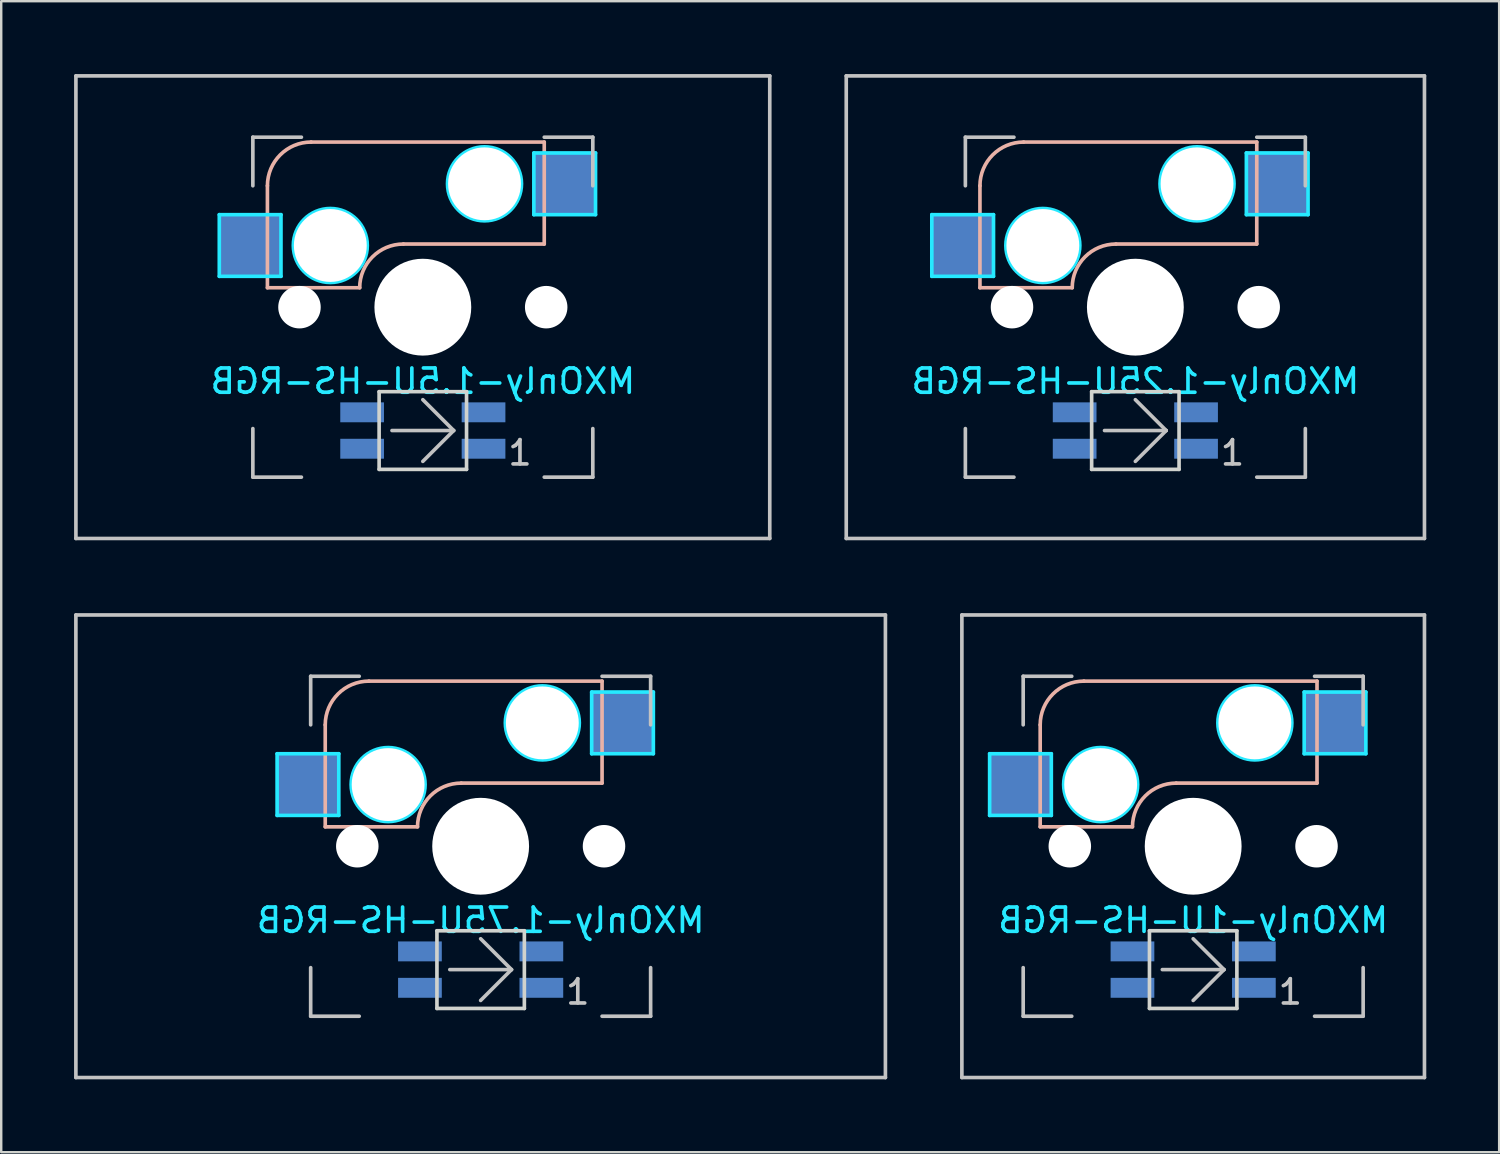
<source format=kicad_pcb>
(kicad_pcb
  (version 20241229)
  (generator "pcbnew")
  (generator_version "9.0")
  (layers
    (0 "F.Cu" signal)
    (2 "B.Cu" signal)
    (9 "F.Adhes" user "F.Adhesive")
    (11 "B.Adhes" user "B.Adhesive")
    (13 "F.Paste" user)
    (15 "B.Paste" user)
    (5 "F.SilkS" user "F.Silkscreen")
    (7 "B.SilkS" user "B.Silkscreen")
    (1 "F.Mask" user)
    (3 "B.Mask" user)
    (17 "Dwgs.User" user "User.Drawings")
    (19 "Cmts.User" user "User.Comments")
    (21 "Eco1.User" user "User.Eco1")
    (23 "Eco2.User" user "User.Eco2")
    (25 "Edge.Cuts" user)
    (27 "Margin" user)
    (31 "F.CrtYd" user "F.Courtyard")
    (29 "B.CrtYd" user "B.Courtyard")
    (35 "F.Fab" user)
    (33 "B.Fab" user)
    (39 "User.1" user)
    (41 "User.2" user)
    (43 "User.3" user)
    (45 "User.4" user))
  (footprint "MXOnly-1.5U-HS-RGB"
    (layer "F.Cu")
    (at 14.363 9.6)
    (property "Reference" "MXOnly-1.5U-HS-RGB" (at 0 3.048 0) (layer "B.CrtYd") (effects (font (size 1 1) (thickness 0.15)) (justify mirror)))
    (attr smd)
    (fp_line (start -6.4 -5) (end -6.4 -0.8) (stroke (width 0.15) (type solid)) (layer "B.SilkS"))
    (fp_line (start -6.4 -0.8) (end -2.6 -0.8) (stroke (width 0.15) (type solid)) (layer "B.SilkS"))
    (fp_line (start -0.8 -2.6) (end 5 -2.6) (stroke (width 0.15) (type solid)) (layer "B.SilkS"))
    (fp_line (start 5 -6.8) (end -4.6 -6.8) (stroke (width 0.15) (type solid)) (layer "B.SilkS"))
    (fp_line (start 5 -2.6) (end 5 -6.8) (stroke (width 0.15) (type solid)) (layer "B.SilkS"))
    (fp_arc (start -6.4 -5) (mid -5.872792 -6.272792) (end -4.6 -6.8) (stroke (width 0.15) (type solid)) (layer "B.SilkS"))
    (fp_arc (start -2.6 -0.8) (mid -2.072792 -2.072792) (end -0.8 -2.6) (stroke (width 0.15) (type solid)) (layer "B.SilkS"))
    (fp_line (start -14.287 -9.525) (end 14.287 -9.525) (stroke (width 0.15) (type solid)) (layer "Dwgs.User"))
    (fp_line (start -14.287 9.525) (end -14.287 -9.525) (stroke (width 0.15) (type solid)) (layer "Dwgs.User"))
    (fp_line (start -7 -7) (end -7 -5) (stroke (width 0.15) (type solid)) (layer "Dwgs.User"))
    (fp_line (start -7 5) (end -7 7) (stroke (width 0.15) (type solid)) (layer "Dwgs.User"))
    (fp_line (start -7 7) (end -5 7) (stroke (width 0.15) (type solid)) (layer "Dwgs.User"))
    (fp_line (start -5 -7) (end -7 -7) (stroke (width 0.15) (type solid)) (layer "Dwgs.User"))
    (fp_line (start -1.27 5.08) (end 1.27 5.08) (stroke (width 0.15) (type solid)) (layer "Dwgs.User"))
    (fp_line (start 1.27 5.08) (end 0 3.81) (stroke (width 0.15) (type solid)) (layer "Dwgs.User"))
    (fp_line (start 1.27 5.08) (end 0 6.35) (stroke (width 0.15) (type solid)) (layer "Dwgs.User"))
    (fp_line (start 5 -7) (end 7 -7) (stroke (width 0.15) (type solid)) (layer "Dwgs.User"))
    (fp_line (start 5 7) (end 7 7) (stroke (width 0.15) (type solid)) (layer "Dwgs.User"))
    (fp_line (start 7 -7) (end 7 -5) (stroke (width 0.15) (type solid)) (layer "Dwgs.User"))
    (fp_line (start 7 7) (end 7 5) (stroke (width 0.15) (type solid)) (layer "Dwgs.User"))
    (fp_line (start 14.287 -9.525) (end 14.287 9.525) (stroke (width 0.15) (type solid)) (layer "Dwgs.User"))
    (fp_line (start 14.287 9.525) (end -14.287 9.525) (stroke (width 0.15) (type solid)) (layer "Dwgs.User"))
    (fp_line (start -1.8 3.48) (end -1.8 6.68) (stroke (width 0.15) (type solid)) (layer "Edge.Cuts"))
    (fp_line (start -1.8 3.48) (end 1.8 3.48) (stroke (width 0.15) (type solid)) (layer "Edge.Cuts"))
    (fp_line (start 1.8 3.48) (end 1.8 6.68) (stroke (width 0.15) (type solid)) (layer "Edge.Cuts"))
    (fp_line (start 1.8 6.68) (end -1.8 6.68) (stroke (width 0.15) (type solid)) (layer "Edge.Cuts"))
    (fp_line (start -8.382 -3.81) (end -5.842 -3.81) (stroke (width 0.15) (type solid)) (layer "B.CrtYd"))
    (fp_line (start -8.382 -1.27) (end -8.382 -3.81) (stroke (width 0.15) (type solid)) (layer "B.CrtYd"))
    (fp_line (start -5.842 -3.81) (end -5.842 -1.27) (stroke (width 0.15) (type solid)) (layer "B.CrtYd"))
    (fp_line (start -5.842 -1.27) (end -8.382 -1.27) (stroke (width 0.15) (type solid)) (layer "B.CrtYd"))
    (fp_line (start 4.572 -6.35) (end 7.112 -6.35) (stroke (width 0.15) (type solid)) (layer "B.CrtYd"))
    (fp_line (start 4.572 -3.81) (end 4.572 -6.35) (stroke (width 0.15) (type solid)) (layer "B.CrtYd"))
    (fp_line (start 7.112 -6.35) (end 7.112 -3.81) (stroke (width 0.15) (type solid)) (layer "B.CrtYd"))
    (fp_line (start 7.112 -3.81) (end 4.572 -3.81) (stroke (width 0.15) (type solid)) (layer "B.CrtYd"))
    (fp_circle (center -3.81 -2.54) (end -3.81 -4.064) (stroke (width 0.15) (type solid)) (fill no) (layer "B.CrtYd"))
    (fp_circle (center 2.54 -5.08) (end 2.54 -6.604) (stroke (width 0.15) (type solid)) (fill no) (layer "B.CrtYd"))
    (fp_text user "1" (at 4 6 0) (layer "Dwgs.User") (effects (font (size 1 1) (thickness 0.15))))
    (pad "" np_thru_hole circle (at -5.08 0 48.1) (size 1.75 1.75) (drill 1.75) (layers "*.Cu" "*.Mask"))
    (pad "" np_thru_hole circle (at -3.81 -2.54) (size 3 3) (drill 3) (layers "*.Cu" "*.Mask"))
    (pad "" np_thru_hole circle (at 0 0) (size 3.988 3.988) (drill 3.988) (layers "*.Cu" "*.Mask"))
    (pad "" np_thru_hole circle (at 2.54 -5.08) (size 3 3) (drill 3) (layers "*.Cu" "*.Mask"))
    (pad "" np_thru_hole circle (at 5.08 0 48.1) (size 1.75 1.75) (drill 1.75) (layers "*.Cu" "*.Mask"))
    (pad "1" smd rect (at -7.085 -2.54) (size 2.55 2.5) (layers "B.Cu" "B.Mask" "B.Paste"))
    (pad "2" smd rect (at 5.842 -5.08) (size 2.55 2.5) (layers "B.Cu" "B.Mask" "B.Paste"))
    (pad "3" smd rect (at 2.5 5.83) (size 1.8 0.82) (layers "B.Cu" "B.Mask" "B.Paste"))
    (pad "4" smd rect (at 2.5 4.33) (size 1.8 0.82) (layers "B.Cu" "B.Mask" "B.Paste"))
    (pad "5" smd rect (at -2.5 4.33) (size 1.8 0.82) (layers "B.Cu" "B.Mask" "B.Paste"))
    (pad "6" smd rect (at -2.5 5.83) (size 1.8 0.82) (layers "B.Cu" "B.Mask" "B.Paste")))
  (footprint "MXOnly-1.75U-HS-RGB"
    (layer "F.Cu")
    (at 16.744 31.8)
    (property "Reference" "MXOnly-1.75U-HS-RGB" (at 0 3.048 0) (layer "B.CrtYd") (effects (font (size 1 1) (thickness 0.15)) (justify mirror)))
    (attr smd)
    (fp_line (start -6.4 -5) (end -6.4 -0.8) (stroke (width 0.15) (type solid)) (layer "B.SilkS"))
    (fp_line (start -6.4 -0.8) (end -2.6 -0.8) (stroke (width 0.15) (type solid)) (layer "B.SilkS"))
    (fp_line (start -0.8 -2.6) (end 5 -2.6) (stroke (width 0.15) (type solid)) (layer "B.SilkS"))
    (fp_line (start 5 -6.8) (end -4.6 -6.8) (stroke (width 0.15) (type solid)) (layer "B.SilkS"))
    (fp_line (start 5 -2.6) (end 5 -6.8) (stroke (width 0.15) (type solid)) (layer "B.SilkS"))
    (fp_arc (start -6.4 -5) (mid -5.872792 -6.272792) (end -4.6 -6.8) (stroke (width 0.15) (type solid)) (layer "B.SilkS"))
    (fp_arc (start -2.6 -0.8) (mid -2.072792 -2.072792) (end -0.8 -2.6) (stroke (width 0.15) (type solid)) (layer "B.SilkS"))
    (fp_line (start -16.669 -9.525) (end 16.669 -9.525) (stroke (width 0.15) (type solid)) (layer "Dwgs.User"))
    (fp_line (start -16.669 9.525) (end -16.669 -9.525) (stroke (width 0.15) (type solid)) (layer "Dwgs.User"))
    (fp_line (start -7 -7) (end -7 -5) (stroke (width 0.15) (type solid)) (layer "Dwgs.User"))
    (fp_line (start -7 5) (end -7 7) (stroke (width 0.15) (type solid)) (layer "Dwgs.User"))
    (fp_line (start -7 7) (end -5 7) (stroke (width 0.15) (type solid)) (layer "Dwgs.User"))
    (fp_line (start -5 -7) (end -7 -7) (stroke (width 0.15) (type solid)) (layer "Dwgs.User"))
    (fp_line (start -1.27 5.08) (end 1.27 5.08) (stroke (width 0.15) (type solid)) (layer "Dwgs.User"))
    (fp_line (start 1.27 5.08) (end 0 3.81) (stroke (width 0.15) (type solid)) (layer "Dwgs.User"))
    (fp_line (start 1.27 5.08) (end 0 6.35) (stroke (width 0.15) (type solid)) (layer "Dwgs.User"))
    (fp_line (start 5 -7) (end 7 -7) (stroke (width 0.15) (type solid)) (layer "Dwgs.User"))
    (fp_line (start 5 7) (end 7 7) (stroke (width 0.15) (type solid)) (layer "Dwgs.User"))
    (fp_line (start 7 -7) (end 7 -5) (stroke (width 0.15) (type solid)) (layer "Dwgs.User"))
    (fp_line (start 7 7) (end 7 5) (stroke (width 0.15) (type solid)) (layer "Dwgs.User"))
    (fp_line (start 16.669 -9.525) (end 16.669 9.525) (stroke (width 0.15) (type solid)) (layer "Dwgs.User"))
    (fp_line (start 16.669 9.525) (end -16.669 9.525) (stroke (width 0.15) (type solid)) (layer "Dwgs.User"))
    (fp_line (start -1.8 3.48) (end -1.8 6.68) (stroke (width 0.15) (type solid)) (layer "Edge.Cuts"))
    (fp_line (start -1.8 3.48) (end 1.8 3.48) (stroke (width 0.15) (type solid)) (layer "Edge.Cuts"))
    (fp_line (start 1.8 3.48) (end 1.8 6.68) (stroke (width 0.15) (type solid)) (layer "Edge.Cuts"))
    (fp_line (start 1.8 6.68) (end -1.8 6.68) (stroke (width 0.15) (type solid)) (layer "Edge.Cuts"))
    (fp_line (start -8.382 -3.81) (end -5.842 -3.81) (stroke (width 0.15) (type solid)) (layer "B.CrtYd"))
    (fp_line (start -8.382 -1.27) (end -8.382 -3.81) (stroke (width 0.15) (type solid)) (layer "B.CrtYd"))
    (fp_line (start -5.842 -3.81) (end -5.842 -1.27) (stroke (width 0.15) (type solid)) (layer "B.CrtYd"))
    (fp_line (start -5.842 -1.27) (end -8.382 -1.27) (stroke (width 0.15) (type solid)) (layer "B.CrtYd"))
    (fp_line (start 4.572 -6.35) (end 7.112 -6.35) (stroke (width 0.15) (type solid)) (layer "B.CrtYd"))
    (fp_line (start 4.572 -3.81) (end 4.572 -6.35) (stroke (width 0.15) (type solid)) (layer "B.CrtYd"))
    (fp_line (start 7.112 -6.35) (end 7.112 -3.81) (stroke (width 0.15) (type solid)) (layer "B.CrtYd"))
    (fp_line (start 7.112 -3.81) (end 4.572 -3.81) (stroke (width 0.15) (type solid)) (layer "B.CrtYd"))
    (fp_circle (center -3.81 -2.54) (end -3.81 -4.064) (stroke (width 0.15) (type solid)) (fill no) (layer "B.CrtYd"))
    (fp_circle (center 2.54 -5.08) (end 2.54 -6.604) (stroke (width 0.15) (type solid)) (fill no) (layer "B.CrtYd"))
    (fp_text user "1" (at 4 6 0) (layer "Dwgs.User") (effects (font (size 1 1) (thickness 0.15))))
    (pad "" np_thru_hole circle (at -5.08 0 48.1) (size 1.75 1.75) (drill 1.75) (layers "*.Cu" "*.Mask"))
    (pad "" np_thru_hole circle (at -3.81 -2.54) (size 3 3) (drill 3) (layers "*.Cu" "*.Mask"))
    (pad "" np_thru_hole circle (at 0 0) (size 3.988 3.988) (drill 3.988) (layers "*.Cu" "*.Mask"))
    (pad "" np_thru_hole circle (at 2.54 -5.08) (size 3 3) (drill 3) (layers "*.Cu" "*.Mask"))
    (pad "" np_thru_hole circle (at 5.08 0 48.1) (size 1.75 1.75) (drill 1.75) (layers "*.Cu" "*.Mask"))
    (pad "1" smd rect (at -7.085 -2.54) (size 2.55 2.5) (layers "B.Cu" "B.Mask" "B.Paste"))
    (pad "2" smd rect (at 5.842 -5.08) (size 2.55 2.5) (layers "B.Cu" "B.Mask" "B.Paste"))
    (pad "3" smd rect (at 2.5 5.83) (size 1.8 0.82) (layers "B.Cu" "B.Mask" "B.Paste"))
    (pad "4" smd rect (at 2.5 4.33) (size 1.8 0.82) (layers "B.Cu" "B.Mask" "B.Paste"))
    (pad "5" smd rect (at -2.5 4.33) (size 1.8 0.82) (layers "B.Cu" "B.Mask" "B.Paste"))
    (pad "6" smd rect (at -2.5 5.83) (size 1.8 0.82) (layers "B.Cu" "B.Mask" "B.Paste")))
  (footprint "MXOnly-1.25U-HS-RGB"
    (layer "F.Cu")
    (at 43.706 9.6)
    (property "Reference" "MXOnly-1.25U-HS-RGB" (at 0 3.048 0) (layer "B.CrtYd") (effects (font (size 1 1) (thickness 0.15)) (justify mirror)))
    (attr smd)
    (fp_line (start -6.4 -5) (end -6.4 -0.8) (stroke (width 0.15) (type solid)) (layer "B.SilkS"))
    (fp_line (start -6.4 -0.8) (end -2.6 -0.8) (stroke (width 0.15) (type solid)) (layer "B.SilkS"))
    (fp_line (start -0.8 -2.6) (end 5 -2.6) (stroke (width 0.15) (type solid)) (layer "B.SilkS"))
    (fp_line (start 5 -6.8) (end -4.6 -6.8) (stroke (width 0.15) (type solid)) (layer "B.SilkS"))
    (fp_line (start 5 -2.6) (end 5 -6.8) (stroke (width 0.15) (type solid)) (layer "B.SilkS"))
    (fp_arc (start -6.4 -5) (mid -5.872792 -6.272792) (end -4.6 -6.8) (stroke (width 0.15) (type solid)) (layer "B.SilkS"))
    (fp_arc (start -2.6 -0.8) (mid -2.072792 -2.072792) (end -0.8 -2.6) (stroke (width 0.15) (type solid)) (layer "B.SilkS"))
    (fp_line (start -11.906 -9.525) (end 11.906 -9.525) (stroke (width 0.15) (type solid)) (layer "Dwgs.User"))
    (fp_line (start -11.906 9.525) (end -11.906 -9.525) (stroke (width 0.15) (type solid)) (layer "Dwgs.User"))
    (fp_line (start -7 -7) (end -7 -5) (stroke (width 0.15) (type solid)) (layer "Dwgs.User"))
    (fp_line (start -7 5) (end -7 7) (stroke (width 0.15) (type solid)) (layer "Dwgs.User"))
    (fp_line (start -7 7) (end -5 7) (stroke (width 0.15) (type solid)) (layer "Dwgs.User"))
    (fp_line (start -5 -7) (end -7 -7) (stroke (width 0.15) (type solid)) (layer "Dwgs.User"))
    (fp_line (start -1.27 5.08) (end 1.27 5.08) (stroke (width 0.15) (type solid)) (layer "Dwgs.User"))
    (fp_line (start 1.27 5.08) (end 0 3.81) (stroke (width 0.15) (type solid)) (layer "Dwgs.User"))
    (fp_line (start 1.27 5.08) (end 0 6.35) (stroke (width 0.15) (type solid)) (layer "Dwgs.User"))
    (fp_line (start 5 -7) (end 7 -7) (stroke (width 0.15) (type solid)) (layer "Dwgs.User"))
    (fp_line (start 5 7) (end 7 7) (stroke (width 0.15) (type solid)) (layer "Dwgs.User"))
    (fp_line (start 7 -7) (end 7 -5) (stroke (width 0.15) (type solid)) (layer "Dwgs.User"))
    (fp_line (start 7 7) (end 7 5) (stroke (width 0.15) (type solid)) (layer "Dwgs.User"))
    (fp_line (start 11.906 -9.525) (end 11.906 9.525) (stroke (width 0.15) (type solid)) (layer "Dwgs.User"))
    (fp_line (start 11.906 9.525) (end -11.906 9.525) (stroke (width 0.15) (type solid)) (layer "Dwgs.User"))
    (fp_line (start -1.8 3.48) (end -1.8 6.68) (stroke (width 0.15) (type solid)) (layer "Edge.Cuts"))
    (fp_line (start -1.8 3.48) (end 1.8 3.48) (stroke (width 0.15) (type solid)) (layer "Edge.Cuts"))
    (fp_line (start 1.8 3.48) (end 1.8 6.68) (stroke (width 0.15) (type solid)) (layer "Edge.Cuts"))
    (fp_line (start 1.8 6.68) (end -1.8 6.68) (stroke (width 0.15) (type solid)) (layer "Edge.Cuts"))
    (fp_line (start -8.382 -3.81) (end -5.842 -3.81) (stroke (width 0.15) (type solid)) (layer "B.CrtYd"))
    (fp_line (start -8.382 -1.27) (end -8.382 -3.81) (stroke (width 0.15) (type solid)) (layer "B.CrtYd"))
    (fp_line (start -5.842 -3.81) (end -5.842 -1.27) (stroke (width 0.15) (type solid)) (layer "B.CrtYd"))
    (fp_line (start -5.842 -1.27) (end -8.382 -1.27) (stroke (width 0.15) (type solid)) (layer "B.CrtYd"))
    (fp_line (start 4.572 -6.35) (end 7.112 -6.35) (stroke (width 0.15) (type solid)) (layer "B.CrtYd"))
    (fp_line (start 4.572 -3.81) (end 4.572 -6.35) (stroke (width 0.15) (type solid)) (layer "B.CrtYd"))
    (fp_line (start 7.112 -6.35) (end 7.112 -3.81) (stroke (width 0.15) (type solid)) (layer "B.CrtYd"))
    (fp_line (start 7.112 -3.81) (end 4.572 -3.81) (stroke (width 0.15) (type solid)) (layer "B.CrtYd"))
    (fp_circle (center -3.81 -2.54) (end -3.81 -4.064) (stroke (width 0.15) (type solid)) (fill no) (layer "B.CrtYd"))
    (fp_circle (center 2.54 -5.08) (end 2.54 -6.604) (stroke (width 0.15) (type solid)) (fill no) (layer "B.CrtYd"))
    (fp_text user "1" (at 4 6 0) (layer "Dwgs.User") (effects (font (size 1 1) (thickness 0.15))))
    (pad "" np_thru_hole circle (at -5.08 0 48.1) (size 1.75 1.75) (drill 1.75) (layers "*.Cu" "*.Mask"))
    (pad "" np_thru_hole circle (at -3.81 -2.54) (size 3 3) (drill 3) (layers "*.Cu" "*.Mask"))
    (pad "" np_thru_hole circle (at 0 0) (size 3.988 3.988) (drill 3.988) (layers "*.Cu" "*.Mask"))
    (pad "" np_thru_hole circle (at 2.54 -5.08) (size 3 3) (drill 3) (layers "*.Cu" "*.Mask"))
    (pad "" np_thru_hole circle (at 5.08 0 48.1) (size 1.75 1.75) (drill 1.75) (layers "*.Cu" "*.Mask"))
    (pad "1" smd rect (at -7.085 -2.54) (size 2.55 2.5) (layers "B.Cu" "B.Mask" "B.Paste"))
    (pad "2" smd rect (at 5.842 -5.08) (size 2.55 2.5) (layers "B.Cu" "B.Mask" "B.Paste"))
    (pad "3" smd rect (at 2.5 5.83) (size 1.8 0.82) (layers "B.Cu" "B.Mask" "B.Paste"))
    (pad "4" smd rect (at 2.5 4.33) (size 1.8 0.82) (layers "B.Cu" "B.Mask" "B.Paste"))
    (pad "5" smd rect (at -2.5 4.33) (size 1.8 0.82) (layers "B.Cu" "B.Mask" "B.Paste"))
    (pad "6" smd rect (at -2.5 5.83) (size 1.8 0.82) (layers "B.Cu" "B.Mask" "B.Paste")))
  (footprint "MXOnly-1U-HS-RGB"
    (layer "F.Cu")
    (at 46.087 31.8)
    (property "Reference" "MXOnly-1U-HS-RGB" (at 0 3.048 0) (layer "B.CrtYd") (effects (font (size 1 1) (thickness 0.15)) (justify mirror)))
    (attr smd)
    (fp_line (start -6.3 -5) (end -6.3 -0.8) (stroke (width 0.15) (type solid)) (layer "B.SilkS"))
    (fp_line (start -6.3 -0.8) (end -2.5 -0.8) (stroke (width 0.15) (type solid)) (layer "B.SilkS"))
    (fp_line (start -0.7 -2.6) (end 5.1 -2.6) (stroke (width 0.15) (type solid)) (layer "B.SilkS"))
    (fp_line (start 5.1 -6.8) (end -4.5 -6.8) (stroke (width 0.15) (type solid)) (layer "B.SilkS"))
    (fp_line (start 5.1 -2.6) (end 5.1 -6.8) (stroke (width 0.15) (type solid)) (layer "B.SilkS"))
    (fp_arc (start -6.3 -5) (mid -5.772792 -6.272792) (end -4.5 -6.8) (stroke (width 0.15) (type solid)) (layer "B.SilkS"))
    (fp_arc (start -2.5 -0.8) (mid -1.972792 -2.072792) (end -0.7 -2.6) (stroke (width 0.15) (type solid)) (layer "B.SilkS"))
    (fp_line (start -9.525 -9.525) (end 9.525 -9.525) (stroke (width 0.15) (type solid)) (layer "Dwgs.User"))
    (fp_line (start -9.525 9.525) (end -9.525 -9.525) (stroke (width 0.15) (type solid)) (layer "Dwgs.User"))
    (fp_line (start -7 -7) (end -7 -5) (stroke (width 0.15) (type solid)) (layer "Dwgs.User"))
    (fp_line (start -7 5) (end -7 7) (stroke (width 0.15) (type solid)) (layer "Dwgs.User"))
    (fp_line (start -7 7) (end -5 7) (stroke (width 0.15) (type solid)) (layer "Dwgs.User"))
    (fp_line (start -5 -7) (end -7 -7) (stroke (width 0.15) (type solid)) (layer "Dwgs.User"))
    (fp_line (start -1.27 5.08) (end 1.27 5.08) (stroke (width 0.15) (type solid)) (layer "Dwgs.User"))
    (fp_line (start 1.27 5.08) (end 0 3.81) (stroke (width 0.15) (type solid)) (layer "Dwgs.User"))
    (fp_line (start 1.27 5.08) (end 0 6.35) (stroke (width 0.15) (type solid)) (layer "Dwgs.User"))
    (fp_line (start 5 -7) (end 7 -7) (stroke (width 0.15) (type solid)) (layer "Dwgs.User"))
    (fp_line (start 5 7) (end 7 7) (stroke (width 0.15) (type solid)) (layer "Dwgs.User"))
    (fp_line (start 7 -7) (end 7 -5) (stroke (width 0.15) (type solid)) (layer "Dwgs.User"))
    (fp_line (start 7 7) (end 7 5) (stroke (width 0.15) (type solid)) (layer "Dwgs.User"))
    (fp_line (start 9.525 -9.525) (end 9.525 9.525) (stroke (width 0.15) (type solid)) (layer "Dwgs.User"))
    (fp_line (start 9.525 9.525) (end -9.525 9.525) (stroke (width 0.15) (type solid)) (layer "Dwgs.User"))
    (fp_line (start -1.8 3.48) (end -1.8 6.68) (stroke (width 0.15) (type solid)) (layer "Edge.Cuts"))
    (fp_line (start -1.8 3.48) (end 1.8 3.48) (stroke (width 0.15) (type solid)) (layer "Edge.Cuts"))
    (fp_line (start 1.8 3.48) (end 1.8 6.68) (stroke (width 0.15) (type solid)) (layer "Edge.Cuts"))
    (fp_line (start 1.8 6.68) (end -1.8 6.68) (stroke (width 0.15) (type solid)) (layer "Edge.Cuts"))
    (fp_line (start -8.382 -3.81) (end -8.382 -1.27) (stroke (width 0.15) (type solid)) (layer "B.CrtYd"))
    (fp_line (start -8.382 -1.27) (end -5.842 -1.27) (stroke (width 0.15) (type solid)) (layer "B.CrtYd"))
    (fp_line (start -5.842 -3.81) (end -8.382 -3.81) (stroke (width 0.15) (type solid)) (layer "B.CrtYd"))
    (fp_line (start -5.842 -1.27) (end -5.842 -3.81) (stroke (width 0.15) (type solid)) (layer "B.CrtYd"))
    (fp_line (start 4.572 -6.35) (end 7.112 -6.35) (stroke (width 0.15) (type solid)) (layer "B.CrtYd"))
    (fp_line (start 4.572 -3.81) (end 4.572 -6.35) (stroke (width 0.15) (type solid)) (layer "B.CrtYd"))
    (fp_line (start 7.112 -6.35) (end 7.112 -3.81) (stroke (width 0.15) (type solid)) (layer "B.CrtYd"))
    (fp_line (start 7.112 -3.81) (end 4.572 -3.81) (stroke (width 0.15) (type solid)) (layer "B.CrtYd"))
    (fp_circle (center -3.81 -2.54) (end -3.81 -4.064) (stroke (width 0.15) (type solid)) (fill no) (layer "B.CrtYd"))
    (fp_circle (center 2.54 -5.08) (end 2.54 -6.604) (stroke (width 0.15) (type solid)) (fill no) (layer "B.CrtYd"))
    (fp_text user "1" (at 4 6 0) (layer "Dwgs.User") (effects (font (size 1 1) (thickness 0.15))))
    (pad "" np_thru_hole circle (at -5.08 0 48.1) (size 1.75 1.75) (drill 1.75) (layers "*.Cu" "*.Mask"))
    (pad "" np_thru_hole circle (at -3.81 -2.54) (size 3 3) (drill 3) (layers "*.Cu" "*.Mask"))
    (pad "" np_thru_hole circle (at 0 0) (size 3.988 3.988) (drill 3.988) (layers "*.Cu" "*.Mask"))
    (pad "" np_thru_hole circle (at 2.54 -5.08) (size 3 3) (drill 3) (layers "*.Cu" "*.Mask"))
    (pad "" np_thru_hole circle (at 5.08 0 48.1) (size 1.75 1.75) (drill 1.75) (layers "*.Cu" "*.Mask"))
    (pad "1" smd rect (at -7.085 -2.54) (size 2.55 2.5) (layers "B.Cu" "B.Mask" "B.Paste"))
    (pad "2" smd rect (at 5.842 -5.08) (size 2.55 2.5) (layers "B.Cu" "B.Mask" "B.Paste"))
    (pad "3" smd rect (at 2.5 5.83) (size 1.8 0.82) (layers "B.Cu" "B.Mask" "B.Paste"))
    (pad "4" smd rect (at 2.5 4.33) (size 1.8 0.82) (layers "B.Cu" "B.Mask" "B.Paste"))
    (pad "5" smd rect (at -2.5 4.33) (size 1.8 0.82) (layers "B.Cu" "B.Mask" "B.Paste"))
    (pad "6" smd rect (at -2.5 5.83) (size 1.8 0.82) (layers "B.Cu" "B.Mask" "B.Paste")))
  (gr_rect
    (start -3 -3)
    (end 58.688 44.4)
    (stroke (width 0.1) (type default))
    (fill no)
    (layer "Edge.Cuts")))
</source>
